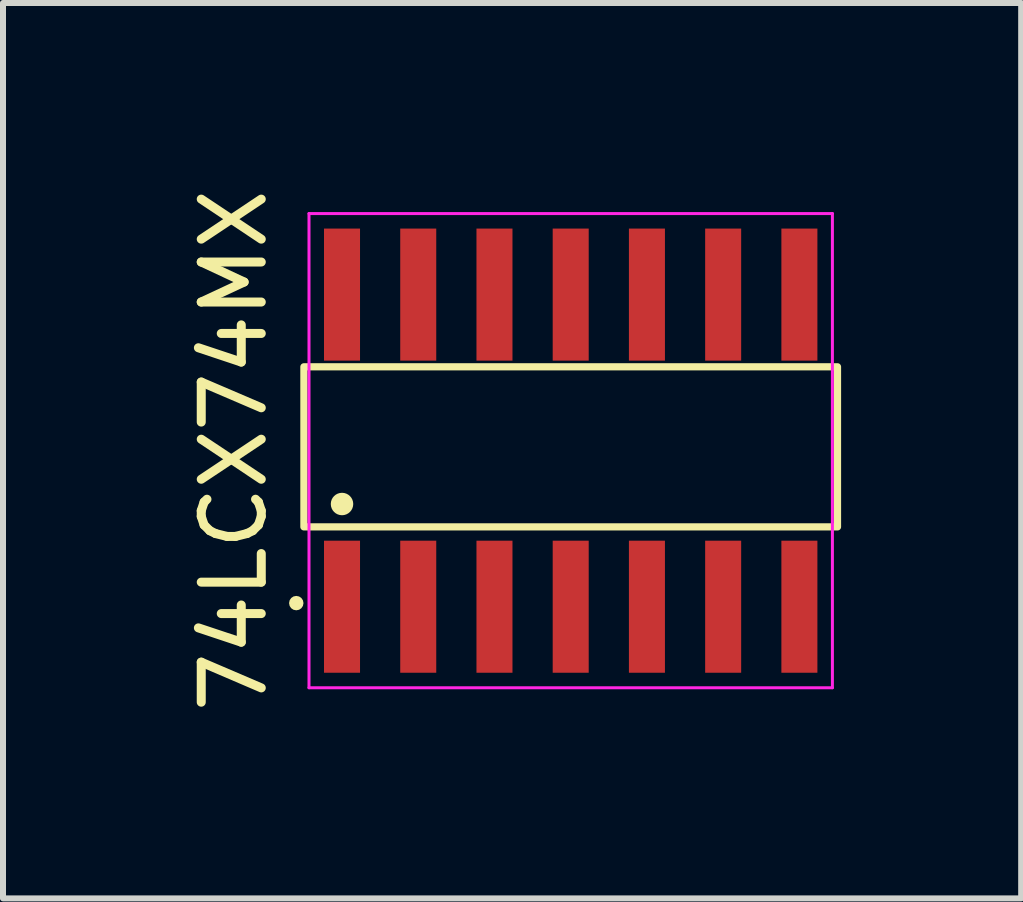
<source format=kicad_pcb>
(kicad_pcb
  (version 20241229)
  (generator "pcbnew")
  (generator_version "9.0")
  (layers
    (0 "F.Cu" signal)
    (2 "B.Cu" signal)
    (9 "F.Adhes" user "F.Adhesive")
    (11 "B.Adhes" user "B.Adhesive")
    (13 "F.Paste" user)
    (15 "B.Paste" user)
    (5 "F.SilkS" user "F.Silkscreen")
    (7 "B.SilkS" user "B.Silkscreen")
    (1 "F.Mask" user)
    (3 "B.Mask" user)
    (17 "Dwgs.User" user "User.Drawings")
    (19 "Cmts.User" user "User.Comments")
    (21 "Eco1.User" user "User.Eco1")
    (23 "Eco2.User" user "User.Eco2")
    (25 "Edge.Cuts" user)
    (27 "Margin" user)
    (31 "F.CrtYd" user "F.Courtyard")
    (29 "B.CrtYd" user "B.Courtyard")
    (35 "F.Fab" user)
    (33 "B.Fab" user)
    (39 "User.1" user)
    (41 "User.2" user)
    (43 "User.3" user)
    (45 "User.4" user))
  (footprint "74LCX74MX"
    (layer "F.Cu")
    (at 6.458 4.458)
    (property "Reference" "74LCX74MX" (at -5.61 0 90) (layer "F.SilkS") (effects (font (size 1 1) (thickness 0.15))))
    (attr through_hole)
    (fp_rect (start -4.445 -1.397) (end 4.445 1.27) (stroke (width 0.12) (type solid)) (fill no) (layer "F.SilkS"))
    (fp_circle (center -4.572 2.54) (end -4.572 2.54) (stroke (width 0.12) (type solid)) (fill no) (layer "F.SilkS"))
    (fp_circle (center -3.81 0.889) (end -3.683 0.889) (stroke (width 0.12) (type solid)) (fill yes) (layer "F.SilkS"))
    (fp_line (start -4.36 -3.95) (end 4.36 -3.95) (stroke (width 0.05) (type solid)) (layer "F.CrtYd"))
    (fp_line (start -4.36 3.95) (end -4.36 -3.95) (stroke (width 0.05) (type solid)) (layer "F.CrtYd"))
    (fp_line (start 4.36 -3.95) (end 4.36 3.95) (stroke (width 0.05) (type solid)) (layer "F.CrtYd"))
    (fp_line (start 4.36 3.95) (end -4.36 3.95) (stroke (width 0.05) (type solid)) (layer "F.CrtYd"))
    (pad "1" smd rect (at -3.81 2.6) (size 0.6 2.2) (layers "F.Cu" "F.Mask" "F.Paste"))
    (pad "2" smd rect (at -2.54 2.6) (size 0.6 2.2) (layers "F.Cu" "F.Mask" "F.Paste"))
    (pad "3" smd rect (at -1.27 2.6) (size 0.6 2.2) (layers "F.Cu" "F.Mask" "F.Paste"))
    (pad "4" smd rect (at 0 2.6) (size 0.6 2.2) (layers "F.Cu" "F.Mask" "F.Paste"))
    (pad "5" smd rect (at 1.27 2.6) (size 0.6 2.2) (layers "F.Cu" "F.Mask" "F.Paste"))
    (pad "6" smd rect (at 2.54 2.6) (size 0.6 2.2) (layers "F.Cu" "F.Mask" "F.Paste"))
    (pad "7" smd rect (at 3.81 2.6) (size 0.6 2.2) (layers "F.Cu" "F.Mask" "F.Paste"))
    (pad "8" smd rect (at 3.81 -2.6) (size 0.6 2.2) (layers "F.Cu" "F.Mask" "F.Paste"))
    (pad "9" smd rect (at 2.54 -2.6) (size 0.6 2.2) (layers "F.Cu" "F.Mask" "F.Paste"))
    (pad "10" smd rect (at 1.27 -2.6) (size 0.6 2.2) (layers "F.Cu" "F.Mask" "F.Paste"))
    (pad "11" smd rect (at 0 -2.6) (size 0.6 2.2) (layers "F.Cu" "F.Mask" "F.Paste"))
    (pad "12" smd rect (at -1.27 -2.6) (size 0.6 2.2) (layers "F.Cu" "F.Mask" "F.Paste"))
    (pad "13" smd rect (at -2.54 -2.6) (size 0.6 2.2) (layers "F.Cu" "F.Mask" "F.Paste"))
    (pad "14" smd rect (at -3.81 -2.6) (size 0.6 2.2) (layers "F.Cu" "F.Mask" "F.Paste")))
  (gr_rect
    (start -3 -3)
    (end 13.963 11.917)
    (stroke (width 0.1) (type default))
    (fill no)
    (layer "Edge.Cuts")))
</source>
